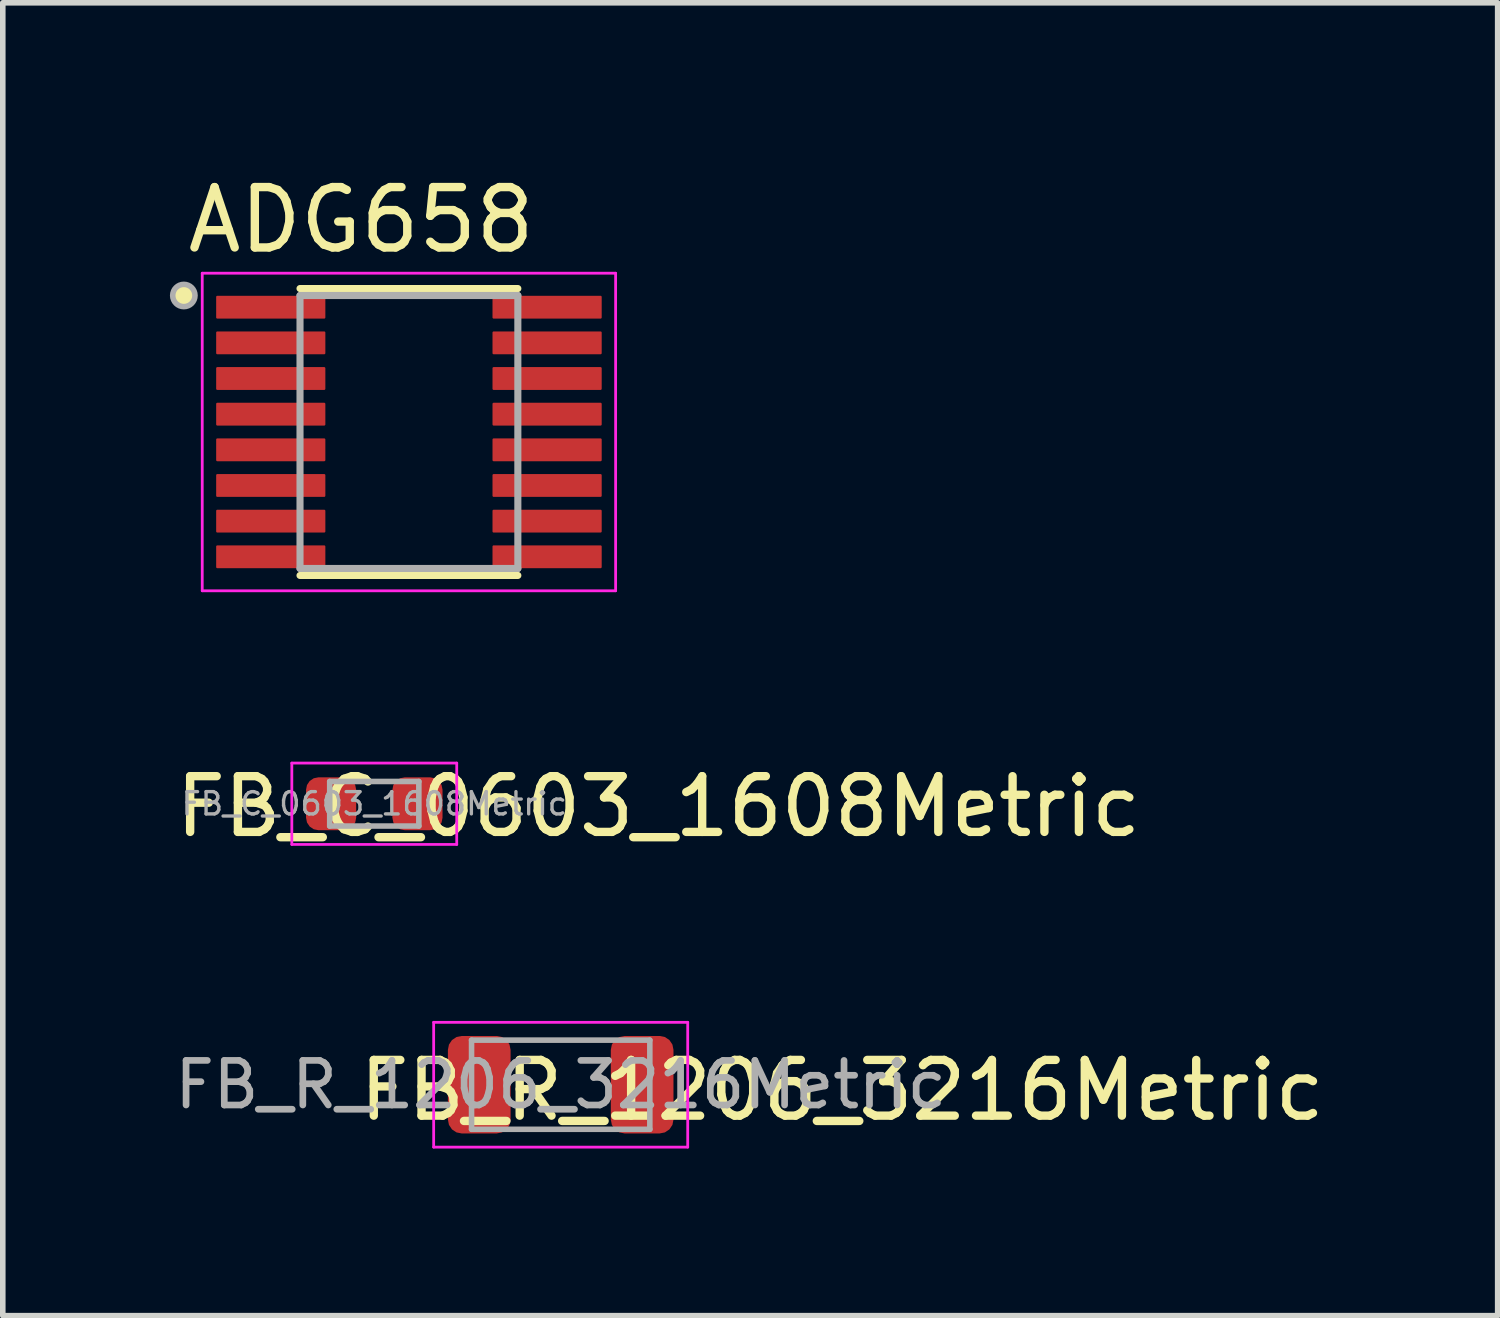
<source format=kicad_pcb>
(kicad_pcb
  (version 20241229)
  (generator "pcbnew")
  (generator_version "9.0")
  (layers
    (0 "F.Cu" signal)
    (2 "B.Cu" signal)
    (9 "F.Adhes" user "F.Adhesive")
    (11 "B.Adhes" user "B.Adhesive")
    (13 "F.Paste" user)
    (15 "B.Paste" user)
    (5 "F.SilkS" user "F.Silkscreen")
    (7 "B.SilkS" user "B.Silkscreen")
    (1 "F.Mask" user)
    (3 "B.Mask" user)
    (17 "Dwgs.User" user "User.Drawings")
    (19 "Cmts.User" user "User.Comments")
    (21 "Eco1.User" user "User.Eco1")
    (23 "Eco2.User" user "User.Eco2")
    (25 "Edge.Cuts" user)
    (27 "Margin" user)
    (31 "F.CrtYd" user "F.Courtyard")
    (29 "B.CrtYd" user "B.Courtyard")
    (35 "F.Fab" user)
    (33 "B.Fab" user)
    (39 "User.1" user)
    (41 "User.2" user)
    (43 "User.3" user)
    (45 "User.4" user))
  (footprint "FB_R_1206_3216Metric"
    (layer "F.Cu")
    (at 7.014 16.42)
    (property "Reference" "FB_R_1206_3216Metric" (at 5.05 0.1 0) (layer "F.SilkS") (effects (font (size 1 1) (thickness 0.15))))
    (attr smd)
    (fp_line (start -2.28 -1.12) (end 2.28 -1.12) (stroke (width 0.05) (type solid)) (layer "F.CrtYd"))
    (fp_line (start -2.28 1.12) (end -2.28 -1.12) (stroke (width 0.05) (type solid)) (layer "F.CrtYd"))
    (fp_line (start 2.28 -1.12) (end 2.28 1.12) (stroke (width 0.05) (type solid)) (layer "F.CrtYd"))
    (fp_line (start 2.28 1.12) (end -2.28 1.12) (stroke (width 0.05) (type solid)) (layer "F.CrtYd"))
    (fp_line (start -1.6 -0.8) (end 1.6 -0.8) (stroke (width 0.1) (type solid)) (layer "F.Fab"))
    (fp_line (start -1.6 0.8) (end -1.6 -0.8) (stroke (width 0.1) (type solid)) (layer "F.Fab"))
    (fp_line (start 1.6 -0.8) (end 1.6 0.8) (stroke (width 0.1) (type solid)) (layer "F.Fab"))
    (fp_line (start 1.6 0.8) (end -1.6 0.8) (stroke (width 0.1) (type solid)) (layer "F.Fab"))
    (fp_text user "${REFERENCE}" (at 0 0 0) (layer "F.Fab") (effects (font (size 0.8 0.8) (thickness 0.12))))
    (pad "1" smd roundrect (at -1.462 0) (size 1.125 1.75) (layers "F.Cu" "F.Mask" "F.Paste") (roundrect_rratio 0.222))
    (pad "2" smd roundrect (at 1.462 0) (size 1.125 1.75) (layers "F.Cu" "F.Mask" "F.Paste") (roundrect_rratio 0.222)))
  (footprint "ADG658"
    (layer "F.Cu")
    (at 4.29 4.704)
    (property "Reference" "ADG658" (at -0.856 -3.806 0) (layer "F.SilkS") (effects (font (size 1.084 1.084) (thickness 0.15))))
    (attr through_hole)
    (fp_line (start -1.955 -2.575) (end 1.955 -2.575) (stroke (width 0.127) (type solid)) (layer "F.SilkS"))
    (fp_line (start -1.955 2.575) (end 1.955 2.575) (stroke (width 0.127) (type solid)) (layer "F.SilkS"))
    (fp_circle (center -4.04 -2.45) (end -3.84 -2.45) (stroke (width 0) (type solid)) (fill yes) (layer "F.SilkS"))
    (fp_line (start -3.71 -2.85) (end -3.71 2.85) (stroke (width 0.05) (type solid)) (layer "F.CrtYd"))
    (fp_line (start -3.71 -2.85) (end 3.71 -2.85) (stroke (width 0.05) (type solid)) (layer "F.CrtYd"))
    (fp_line (start -3.71 2.85) (end 3.71 2.85) (stroke (width 0.05) (type solid)) (layer "F.CrtYd"))
    (fp_line (start 3.71 -2.85) (end 3.71 2.85) (stroke (width 0.05) (type solid)) (layer "F.CrtYd"))
    (fp_line (start -1.955 -2.45) (end -1.955 2.45) (stroke (width 0.127) (type solid)) (layer "F.Fab"))
    (fp_line (start -1.955 -2.45) (end 1.955 -2.45) (stroke (width 0.127) (type solid)) (layer "F.Fab"))
    (fp_line (start -1.955 2.45) (end 1.955 2.45) (stroke (width 0.127) (type solid)) (layer "F.Fab"))
    (fp_line (start 1.955 -2.45) (end 1.955 2.45) (stroke (width 0.127) (type solid)) (layer "F.Fab"))
    (fp_circle (center -4.04 -2.45) (end -3.84 -2.45) (stroke (width 0.1) (type solid)) (fill no) (layer "F.Fab"))
    (pad "1" smd roundrect (at -2.48 -2.24) (size 1.96 0.41) (layers "F.Cu" "F.Mask" "F.Paste") (roundrect_rratio 0.05))
    (pad "2" smd roundrect (at -2.48 -1.6) (size 1.96 0.41) (layers "F.Cu" "F.Mask" "F.Paste") (roundrect_rratio 0.05))
    (pad "3" smd roundrect (at -2.48 -0.96) (size 1.96 0.41) (layers "F.Cu" "F.Mask" "F.Paste") (roundrect_rratio 0.05))
    (pad "4" smd roundrect (at -2.48 -0.32) (size 1.96 0.41) (layers "F.Cu" "F.Mask" "F.Paste") (roundrect_rratio 0.05))
    (pad "5" smd roundrect (at -2.48 0.32) (size 1.96 0.41) (layers "F.Cu" "F.Mask" "F.Paste") (roundrect_rratio 0.05))
    (pad "6" smd roundrect (at -2.48 0.96) (size 1.96 0.41) (layers "F.Cu" "F.Mask" "F.Paste") (roundrect_rratio 0.05))
    (pad "7" smd roundrect (at -2.48 1.6) (size 1.96 0.41) (layers "F.Cu" "F.Mask" "F.Paste") (roundrect_rratio 0.05))
    (pad "8" smd roundrect (at -2.48 2.24) (size 1.96 0.41) (layers "F.Cu" "F.Mask" "F.Paste") (roundrect_rratio 0.05))
    (pad "9" smd roundrect (at 2.48 2.24) (size 1.96 0.41) (layers "F.Cu" "F.Mask" "F.Paste") (roundrect_rratio 0.05))
    (pad "10" smd roundrect (at 2.48 1.6) (size 1.96 0.41) (layers "F.Cu" "F.Mask" "F.Paste") (roundrect_rratio 0.05))
    (pad "11" smd roundrect (at 2.48 0.96) (size 1.96 0.41) (layers "F.Cu" "F.Mask" "F.Paste") (roundrect_rratio 0.05))
    (pad "12" smd roundrect (at 2.48 0.32) (size 1.96 0.41) (layers "F.Cu" "F.Mask" "F.Paste") (roundrect_rratio 0.05))
    (pad "13" smd roundrect (at 2.48 -0.32) (size 1.96 0.41) (layers "F.Cu" "F.Mask" "F.Paste") (roundrect_rratio 0.05))
    (pad "14" smd roundrect (at 2.48 -0.96) (size 1.96 0.41) (layers "F.Cu" "F.Mask" "F.Paste") (roundrect_rratio 0.05))
    (pad "15" smd roundrect (at 2.48 -1.6) (size 1.96 0.41) (layers "F.Cu" "F.Mask" "F.Paste") (roundrect_rratio 0.05))
    (pad "16" smd roundrect (at 2.48 -2.24) (size 1.96 0.41) (layers "F.Cu" "F.Mask" "F.Paste") (roundrect_rratio 0.05)))
  (footprint "FB_C_0603_1608Metric"
    (layer "F.Cu")
    (at 3.668 11.377)
    (property "Reference" "FB_C_0603_1608Metric" (at 5.1 0.05 0) (layer "F.SilkS") (effects (font (size 1 1) (thickness 0.15))))
    (attr smd)
    (fp_line (start -1.48 -0.73) (end 1.48 -0.73) (stroke (width 0.05) (type solid)) (layer "F.CrtYd"))
    (fp_line (start -1.48 0.73) (end -1.48 -0.73) (stroke (width 0.05) (type solid)) (layer "F.CrtYd"))
    (fp_line (start 1.48 -0.73) (end 1.48 0.73) (stroke (width 0.05) (type solid)) (layer "F.CrtYd"))
    (fp_line (start 1.48 0.73) (end -1.48 0.73) (stroke (width 0.05) (type solid)) (layer "F.CrtYd"))
    (fp_line (start -0.8 -0.4) (end 0.8 -0.4) (stroke (width 0.1) (type solid)) (layer "F.Fab"))
    (fp_line (start -0.8 0.4) (end -0.8 -0.4) (stroke (width 0.1) (type solid)) (layer "F.Fab"))
    (fp_line (start 0.8 -0.4) (end 0.8 0.4) (stroke (width 0.1) (type solid)) (layer "F.Fab"))
    (fp_line (start 0.8 0.4) (end -0.8 0.4) (stroke (width 0.1) (type solid)) (layer "F.Fab"))
    (fp_text user "${REFERENCE}" (at 0 0 0) (layer "F.Fab") (effects (font (size 0.4 0.4) (thickness 0.06))))
    (pad "1" smd roundrect (at -0.775 0) (size 0.9 0.95) (layers "F.Cu" "F.Mask" "F.Paste") (roundrect_rratio 0.25))
    (pad "2" smd roundrect (at 0.775 0) (size 0.9 0.95) (layers "F.Cu" "F.Mask" "F.Paste") (roundrect_rratio 0.25)))
  (gr_rect
    (start -3 -3)
    (end 23.832 20.565)
    (stroke (width 0.1) (type default))
    (fill no)
    (layer "Edge.Cuts")))
</source>
